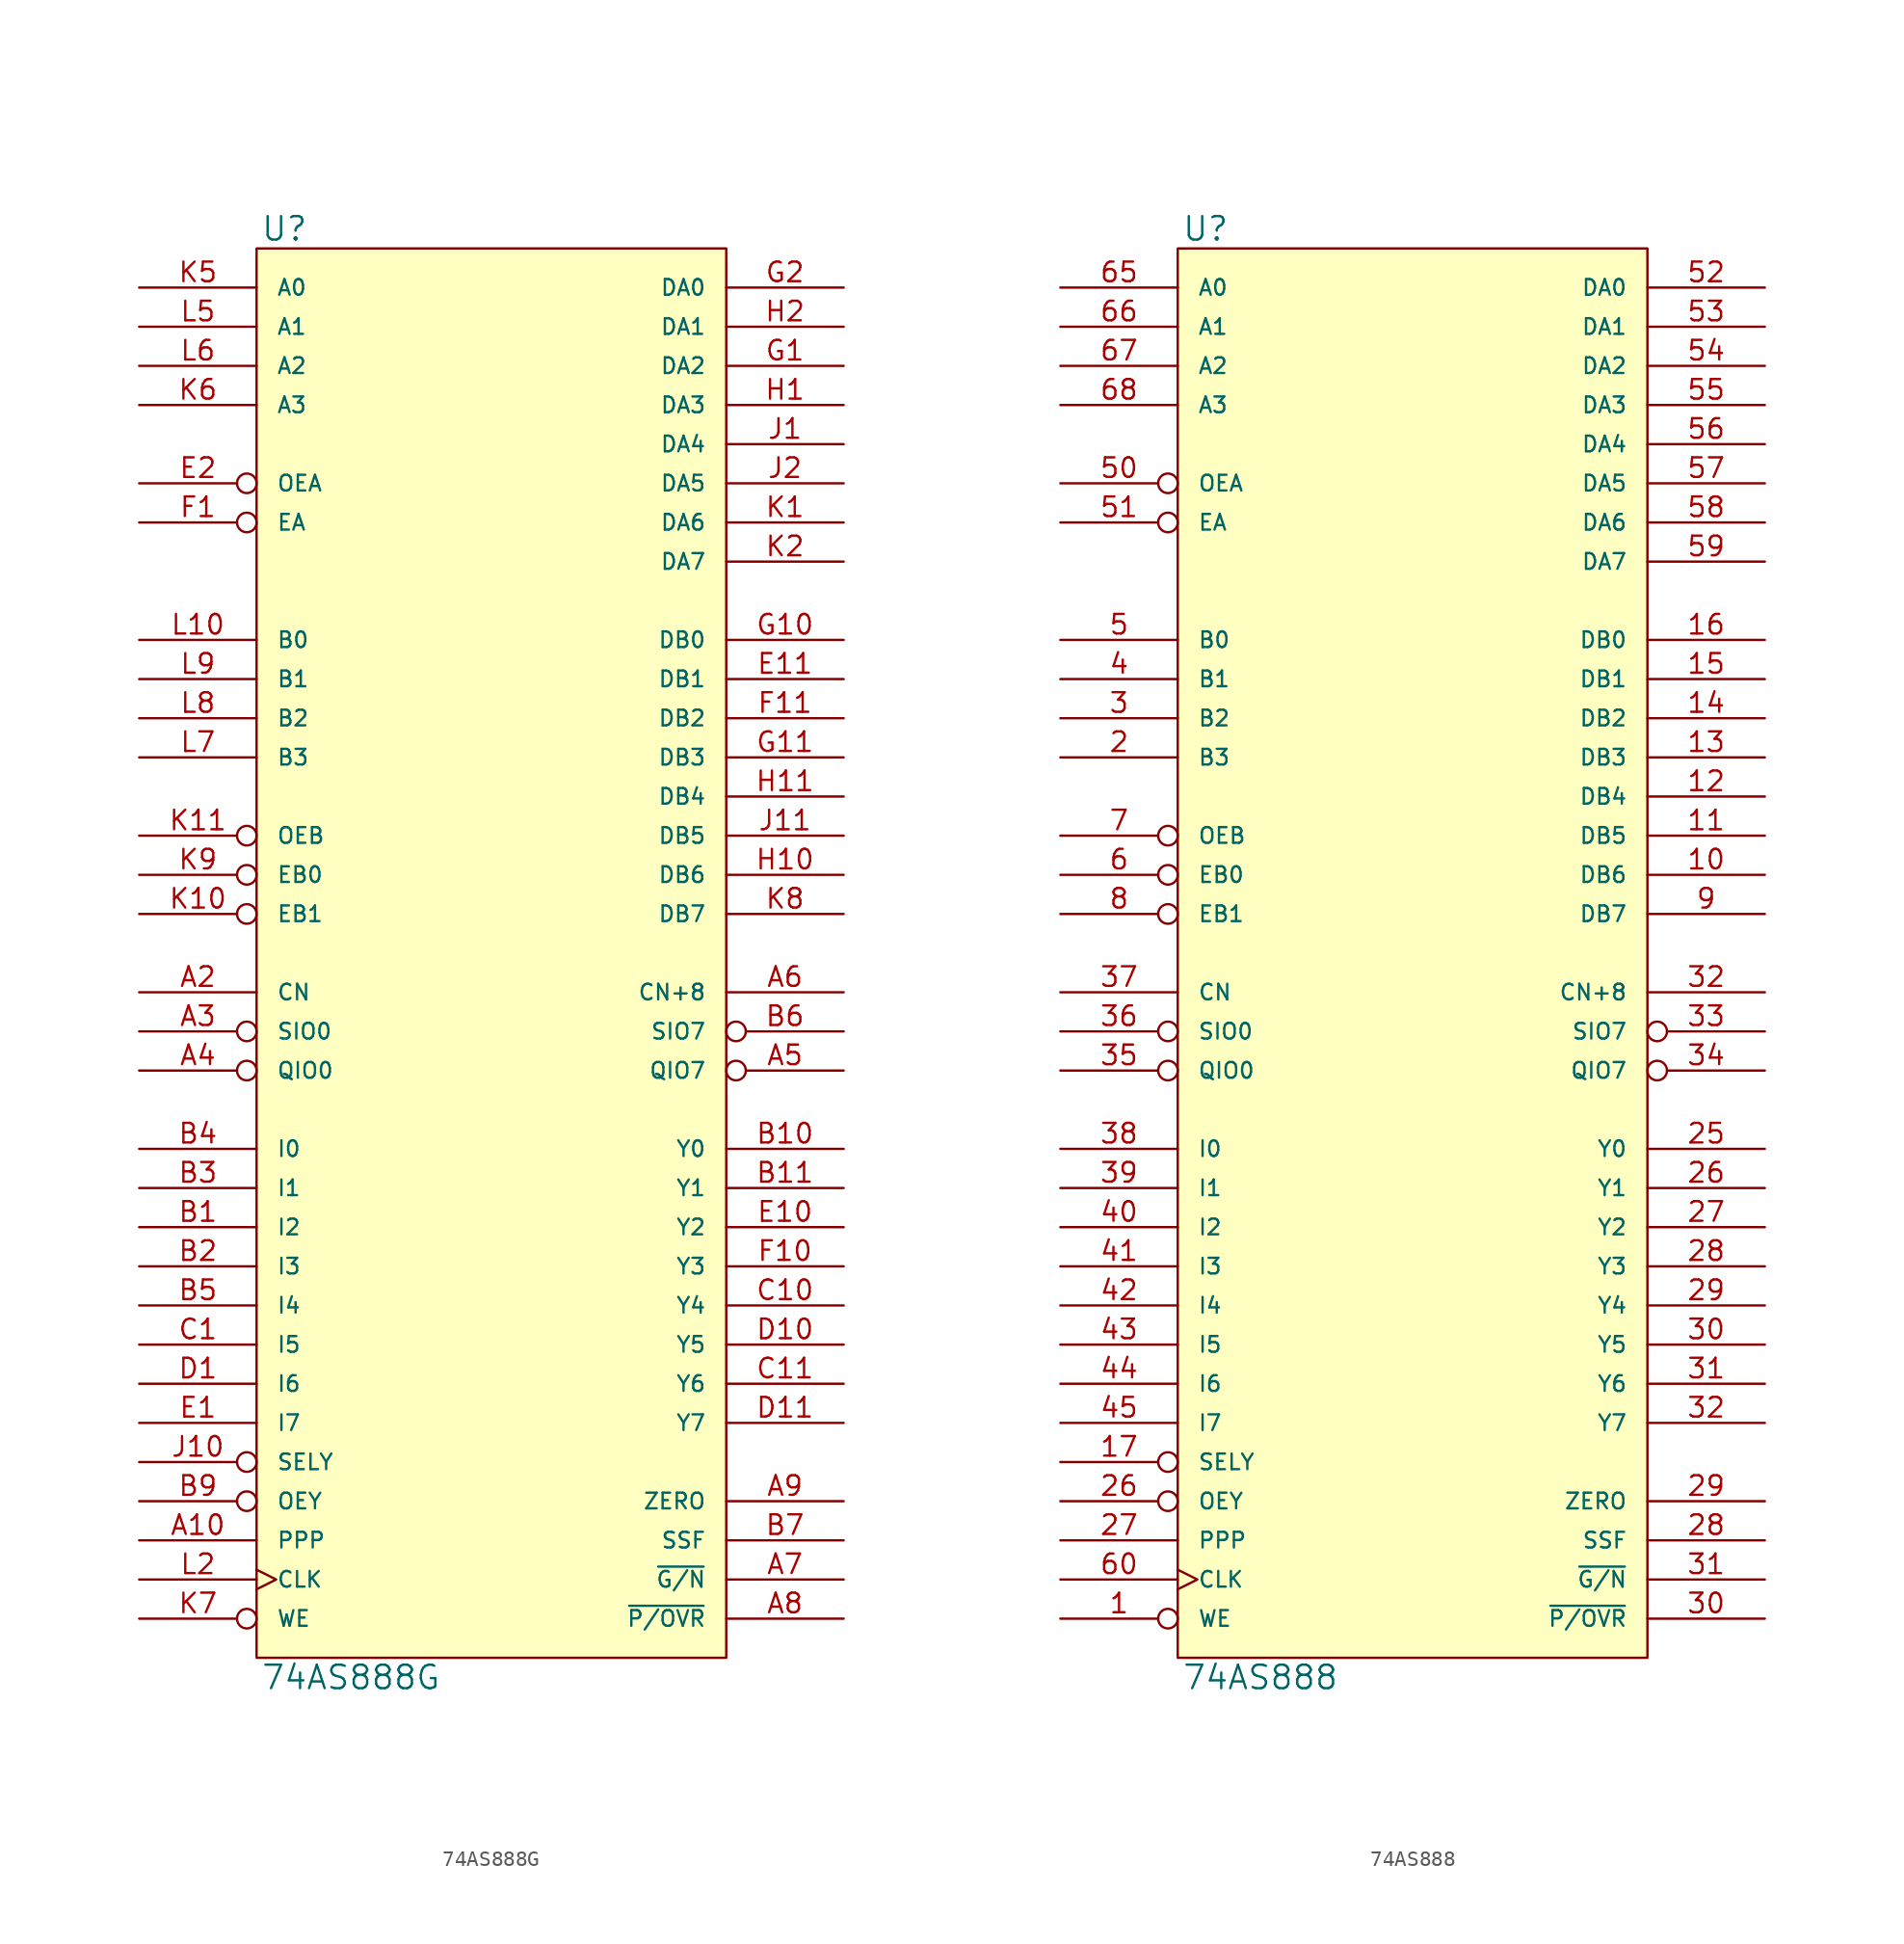
<source format=kicad_sym>
(kicad_symbol_lib
  (version 20231120)
  (generator "kicad_symbol_editor")
  (generator_version "8.0")
  (symbol "74AS888G"
    (pin_names
      (offset 1.27))
    (property "Reference" "U"
      (at 0.254 0.381 0)
      (effects (font (size 1.524 1.524)) (justify left bottom)))
    (property "Value" "74AS888G"
      (at 0.254 -91.821 0)
      (effects (font (size 1.524 1.524)) (justify left top)))
    (symbol "74AS888G_0_1"
      (rectangle (start 0 0) (end 30.48 -91.44) (stroke (width 0) (type solid)) (fill (type background))))
    (symbol "74AS888G_1_1"
      (pin input line (at -7.62 -83.82 0) (length 7.62) (name "PPP" (effects (font (size 1.016 1.016)))) (number "A10" (effects (font (size 1.27 1.27)))))
      (pin input line (at -7.62 -48.26 0) (length 7.62) (name "CN" (effects (font (size 1.016 1.016)))) (number "A2" (effects (font (size 1.27 1.27)))))
      (pin bidirectional inverted (at -7.62 -50.8 0) (length 7.62) (name "SIO0" (effects (font (size 1.016 1.016)))) (number "A3" (effects (font (size 1.27 1.27)))))
      (pin bidirectional inverted (at -7.62 -53.34 0) (length 7.62) (name "QIO0" (effects (font (size 1.016 1.016)))) (number "A4" (effects (font (size 1.27 1.27)))))
      (pin bidirectional inverted (at 38.1 -53.34 180) (length 7.62) (name "QIO7" (effects (font (size 1.016 1.016)))) (number "A5" (effects (font (size 1.27 1.27)))))
      (pin output line (at 38.1 -48.26 180) (length 7.62) (name "CN+8" (effects (font (size 1.016 1.016)))) (number "A6" (effects (font (size 1.27 1.27)))))
      (pin output line (at 38.1 -86.36 180) (length 7.62) (name "~{G/N}" (effects (font (size 1.016 1.016)))) (number "A7" (effects (font (size 1.27 1.27)))))
      (pin output line (at 38.1 -88.9 180) (length 7.62) (name "~{P/OVR}" (effects (font (size 1.016 1.016)))) (number "A8" (effects (font (size 1.27 1.27)))))
      (pin bidirectional line (at 38.1 -81.28 180) (length 7.62) (name "ZERO" (effects (font (size 1.016 1.016)))) (number "A9" (effects (font (size 1.27 1.27)))))
      (pin input line (at -7.62 -63.5 0) (length 7.62) (name "I2" (effects (font (size 1.016 1.016)))) (number "B1" (effects (font (size 1.27 1.27)))))
      (pin bidirectional line (at 38.1 -58.42 180) (length 7.62) (name "Y0" (effects (font (size 1.016 1.016)))) (number "B10" (effects (font (size 1.27 1.27)))))
      (pin bidirectional line (at 38.1 -60.96 180) (length 7.62) (name "Y1" (effects (font (size 1.016 1.016)))) (number "B11" (effects (font (size 1.27 1.27)))))
      (pin input line (at -7.62 -66.04 0) (length 7.62) (name "I3" (effects (font (size 1.016 1.016)))) (number "B2" (effects (font (size 1.27 1.27)))))
      (pin input line (at -7.62 -60.96 0) (length 7.62) (name "I1" (effects (font (size 1.016 1.016)))) (number "B3" (effects (font (size 1.27 1.27)))))
      (pin input line (at -7.62 -58.42 0) (length 7.62) (name "I0" (effects (font (size 1.016 1.016)))) (number "B4" (effects (font (size 1.27 1.27)))))
      (pin input line (at -7.62 -68.58 0) (length 7.62) (name "I4" (effects (font (size 1.016 1.016)))) (number "B5" (effects (font (size 1.27 1.27)))))
      (pin bidirectional inverted (at 38.1 -50.8 180) (length 7.62) (name "SIO7" (effects (font (size 1.016 1.016)))) (number "B6" (effects (font (size 1.27 1.27)))))
      (pin bidirectional line (at 38.1 -83.82 180) (length 7.62) (name "SSF" (effects (font (size 1.016 1.016)))) (number "B7" (effects (font (size 1.27 1.27)))))
      (pin input inverted (at -7.62 -81.28 0) (length 7.62) (name "OEY" (effects (font (size 1.016 1.016)))) (number "B9" (effects (font (size 1.27 1.27)))))
      (pin input line (at -7.62 -71.12 0) (length 7.62) (name "I5" (effects (font (size 1.016 1.016)))) (number "C1" (effects (font (size 1.27 1.27)))))
      (pin bidirectional line (at 38.1 -68.58 180) (length 7.62) (name "Y4" (effects (font (size 1.016 1.016)))) (number "C10" (effects (font (size 1.27 1.27)))))
      (pin bidirectional line (at 38.1 -73.66 180) (length 7.62) (name "Y6" (effects (font (size 1.016 1.016)))) (number "C11" (effects (font (size 1.27 1.27)))))
      (pin power_in line (at 2.54 0 270) (length 0) hide (name "VCC" (effects (font (size 1.016 1.016)))) (number "C2" (effects (font (size 1.27 1.27)))))
      (pin input line (at -7.62 -73.66 0) (length 7.62) (name "I6" (effects (font (size 1.016 1.016)))) (number "D1" (effects (font (size 1.27 1.27)))))
      (pin bidirectional line (at 38.1 -71.12 180) (length 7.62) (name "Y5" (effects (font (size 1.016 1.016)))) (number "D10" (effects (font (size 1.27 1.27)))))
      (pin bidirectional line (at 38.1 -76.2 180) (length 7.62) (name "Y7" (effects (font (size 1.016 1.016)))) (number "D11" (effects (font (size 1.27 1.27)))))
      (pin power_in line (at 0 0 270) (length 0) hide (name "VCC" (effects (font (size 1.016 1.016)))) (number "D2" (effects (font (size 1.27 1.27)))))
      (pin input line (at -7.62 -76.2 0) (length 7.62) (name "I7" (effects (font (size 1.016 1.016)))) (number "E1" (effects (font (size 1.27 1.27)))))
      (pin bidirectional line (at 38.1 -63.5 180) (length 7.62) (name "Y2" (effects (font (size 1.016 1.016)))) (number "E10" (effects (font (size 1.27 1.27)))))
      (pin bidirectional line (at 38.1 -27.94 180) (length 7.62) (name "DB1" (effects (font (size 1.016 1.016)))) (number "E11" (effects (font (size 1.27 1.27)))))
      (pin input inverted (at -7.62 -15.24 0) (length 7.62) (name "OEA" (effects (font (size 1.016 1.016)))) (number "E2" (effects (font (size 1.27 1.27)))))
      (pin input inverted (at -7.62 -17.78 0) (length 7.62) (name "EA" (effects (font (size 1.016 1.016)))) (number "F1" (effects (font (size 1.27 1.27)))))
      (pin bidirectional line (at 38.1 -66.04 180) (length 7.62) (name "Y3" (effects (font (size 1.016 1.016)))) (number "F10" (effects (font (size 1.27 1.27)))))
      (pin bidirectional line (at 38.1 -30.48 180) (length 7.62) (name "DB2" (effects (font (size 1.016 1.016)))) (number "F11" (effects (font (size 1.27 1.27)))))
      (pin power_in line (at 0 -91.44 90) (length 0) hide (name "GND" (effects (font (size 1.016 1.016)))) (number "F2" (effects (font (size 1.27 1.27)))))
      (pin bidirectional line (at 38.1 -7.62 180) (length 7.62) (name "DA2" (effects (font (size 1.016 1.016)))) (number "G1" (effects (font (size 1.27 1.27)))))
      (pin bidirectional line (at 38.1 -25.4 180) (length 7.62) (name "DB0" (effects (font (size 1.016 1.016)))) (number "G10" (effects (font (size 1.27 1.27)))))
      (pin bidirectional line (at 38.1 -33.02 180) (length 7.62) (name "DB3" (effects (font (size 1.016 1.016)))) (number "G11" (effects (font (size 1.27 1.27)))))
      (pin bidirectional line (at 38.1 -2.54 180) (length 7.62) (name "DA0" (effects (font (size 1.016 1.016)))) (number "G2" (effects (font (size 1.27 1.27)))))
      (pin bidirectional line (at 38.1 -10.16 180) (length 7.62) (name "DA3" (effects (font (size 1.016 1.016)))) (number "H1" (effects (font (size 1.27 1.27)))))
      (pin bidirectional line (at 38.1 -40.64 180) (length 7.62) (name "DB6" (effects (font (size 1.016 1.016)))) (number "H10" (effects (font (size 1.27 1.27)))))
      (pin bidirectional line (at 38.1 -35.56 180) (length 7.62) (name "DB4" (effects (font (size 1.016 1.016)))) (number "H11" (effects (font (size 1.27 1.27)))))
      (pin bidirectional line (at 38.1 -5.08 180) (length 7.62) (name "DA1" (effects (font (size 1.016 1.016)))) (number "H2" (effects (font (size 1.27 1.27)))))
      (pin bidirectional line (at 38.1 -12.7 180) (length 7.62) (name "DA4" (effects (font (size 1.016 1.016)))) (number "J1" (effects (font (size 1.27 1.27)))))
      (pin input inverted (at -7.62 -78.74 0) (length 7.62) (name "SELY" (effects (font (size 1.016 1.016)))) (number "J10" (effects (font (size 1.27 1.27)))))
      (pin bidirectional line (at 38.1 -38.1 180) (length 7.62) (name "DB5" (effects (font (size 1.016 1.016)))) (number "J11" (effects (font (size 1.27 1.27)))))
      (pin bidirectional line (at 38.1 -15.24 180) (length 7.62) (name "DA5" (effects (font (size 1.016 1.016)))) (number "J2" (effects (font (size 1.27 1.27)))))
      (pin bidirectional line (at 38.1 -17.78 180) (length 7.62) (name "DA6" (effects (font (size 1.016 1.016)))) (number "K1" (effects (font (size 1.27 1.27)))))
      (pin input inverted (at -7.62 -43.18 0) (length 7.62) (name "EB1" (effects (font (size 1.016 1.016)))) (number "K10" (effects (font (size 1.27 1.27)))))
      (pin input inverted (at -7.62 -38.1 0) (length 7.62) (name "OEB" (effects (font (size 1.016 1.016)))) (number "K11" (effects (font (size 1.27 1.27)))))
      (pin bidirectional line (at 38.1 -20.32 180) (length 7.62) (name "DA7" (effects (font (size 1.016 1.016)))) (number "K2" (effects (font (size 1.27 1.27)))))
      (pin input line (at -7.62 -2.54 0) (length 7.62) (name "A0" (effects (font (size 1.016 1.016)))) (number "K5" (effects (font (size 1.27 1.27)))))
      (pin input line (at -7.62 -10.16 0) (length 7.62) (name "A3" (effects (font (size 1.016 1.016)))) (number "K6" (effects (font (size 1.27 1.27)))))
      (pin input inverted (at -7.62 -88.9 0) (length 7.62) (name "WE" (effects (font (size 1.016 1.016)))) (number "K7" (effects (font (size 1.27 1.27)))))
      (pin bidirectional line (at 38.1 -43.18 180) (length 7.62) (name "DB7" (effects (font (size 1.016 1.016)))) (number "K8" (effects (font (size 1.27 1.27)))))
      (pin input inverted (at -7.62 -40.64 0) (length 7.62) (name "EB0" (effects (font (size 1.016 1.016)))) (number "K9" (effects (font (size 1.27 1.27)))))
      (pin input line (at -7.62 -25.4 0) (length 7.62) (name "B0" (effects (font (size 1.016 1.016)))) (number "L10" (effects (font (size 1.27 1.27)))))
      (pin input clock (at -7.62 -86.36 0) (length 7.62) (name "CLK" (effects (font (size 1.016 1.016)))) (number "L2" (effects (font (size 1.27 1.27)))))
      (pin input line (at -7.62 -5.08 0) (length 7.62) (name "A1" (effects (font (size 1.016 1.016)))) (number "L5" (effects (font (size 1.27 1.27)))))
      (pin input line (at -7.62 -7.62 0) (length 7.62) (name "A2" (effects (font (size 1.016 1.016)))) (number "L6" (effects (font (size 1.27 1.27)))))
      (pin input line (at -7.62 -33.02 0) (length 7.62) (name "B3" (effects (font (size 1.016 1.016)))) (number "L7" (effects (font (size 1.27 1.27)))))
      (pin input line (at -7.62 -30.48 0) (length 7.62) (name "B2" (effects (font (size 1.016 1.016)))) (number "L8" (effects (font (size 1.27 1.27)))))
      (pin input line (at -7.62 -27.94 0) (length 7.62) (name "B1" (effects (font (size 1.016 1.016)))) (number "L9" (effects (font (size 1.27 1.27)))))))
  (symbol "74AS888"
    (pin_names
      (offset 1.27))
    (property "Reference" "U"
      (at 0.254 0.381 0)
      (effects (font (size 1.524 1.524)) (justify left bottom)))
    (property "Value" "74AS888"
      (at 0.254 -91.821 0)
      (effects (font (size 1.524 1.524)) (justify left top)))
    (symbol "74AS888_0_1"
      (rectangle (start 0 0) (end 30.48 -91.44) (stroke (width 0) (type solid)) (fill (type background))))
    (symbol "74AS888_1_1"
      (pin input inverted (at -7.62 -88.9 0) (length 7.62) (name "WE" (effects (font (size 1.016 1.016)))) (number "1" (effects (font (size 1.27 1.27)))))
      (pin bidirectional line (at 38.1 -40.64 180) (length 7.62) (name "DB6" (effects (font (size 1.016 1.016)))) (number "10" (effects (font (size 1.27 1.27)))))
      (pin bidirectional line (at 38.1 -38.1 180) (length 7.62) (name "DB5" (effects (font (size 1.016 1.016)))) (number "11" (effects (font (size 1.27 1.27)))))
      (pin bidirectional line (at 38.1 -35.56 180) (length 7.62) (name "DB4" (effects (font (size 1.016 1.016)))) (number "12" (effects (font (size 1.27 1.27)))))
      (pin bidirectional line (at 38.1 -33.02 180) (length 7.62) (name "DB3" (effects (font (size 1.016 1.016)))) (number "13" (effects (font (size 1.27 1.27)))))
      (pin bidirectional line (at 38.1 -30.48 180) (length 7.62) (name "DB2" (effects (font (size 1.016 1.016)))) (number "14" (effects (font (size 1.27 1.27)))))
      (pin bidirectional line (at 38.1 -27.94 180) (length 7.62) (name "DB1" (effects (font (size 1.016 1.016)))) (number "15" (effects (font (size 1.27 1.27)))))
      (pin bidirectional line (at 38.1 -25.4 180) (length 7.62) (name "DB0" (effects (font (size 1.016 1.016)))) (number "16" (effects (font (size 1.27 1.27)))))
      (pin input inverted (at -7.62 -78.74 0) (length 7.62) (name "SELY" (effects (font (size 1.016 1.016)))) (number "17" (effects (font (size 1.27 1.27)))))
      (pin input line (at -7.62 -33.02 0) (length 7.62) (name "B3" (effects (font (size 1.016 1.016)))) (number "2" (effects (font (size 1.27 1.27)))))
      (pin bidirectional line (at 38.1 -58.42 180) (length 7.62) (name "Y0" (effects (font (size 1.016 1.016)))) (number "25" (effects (font (size 1.27 1.27)))))
      (pin input inverted (at -7.62 -81.28 0) (length 7.62) (name "OEY" (effects (font (size 1.016 1.016)))) (number "26" (effects (font (size 1.27 1.27)))))
      (pin bidirectional line (at 38.1 -60.96 180) (length 7.62) (name "Y1" (effects (font (size 1.016 1.016)))) (number "26" (effects (font (size 1.27 1.27)))))
      (pin input line (at -7.62 -83.82 0) (length 7.62) (name "PPP" (effects (font (size 1.016 1.016)))) (number "27" (effects (font (size 1.27 1.27)))))
      (pin bidirectional line (at 38.1 -63.5 180) (length 7.62) (name "Y2" (effects (font (size 1.016 1.016)))) (number "27" (effects (font (size 1.27 1.27)))))
      (pin bidirectional line (at 38.1 -83.82 180) (length 7.62) (name "SSF" (effects (font (size 1.016 1.016)))) (number "28" (effects (font (size 1.27 1.27)))))
      (pin bidirectional line (at 38.1 -66.04 180) (length 7.62) (name "Y3" (effects (font (size 1.016 1.016)))) (number "28" (effects (font (size 1.27 1.27)))))
      (pin bidirectional line (at 38.1 -68.58 180) (length 7.62) (name "Y4" (effects (font (size 1.016 1.016)))) (number "29" (effects (font (size 1.27 1.27)))))
      (pin bidirectional line (at 38.1 -81.28 180) (length 7.62) (name "ZERO" (effects (font (size 1.016 1.016)))) (number "29" (effects (font (size 1.27 1.27)))))
      (pin input line (at -7.62 -30.48 0) (length 7.62) (name "B2" (effects (font (size 1.016 1.016)))) (number "3" (effects (font (size 1.27 1.27)))))
      (pin bidirectional line (at 38.1 -71.12 180) (length 7.62) (name "Y5" (effects (font (size 1.016 1.016)))) (number "30" (effects (font (size 1.27 1.27)))))
      (pin output line (at 38.1 -88.9 180) (length 7.62) (name "~{P/OVR}" (effects (font (size 1.016 1.016)))) (number "30" (effects (font (size 1.27 1.27)))))
      (pin bidirectional line (at 38.1 -73.66 180) (length 7.62) (name "Y6" (effects (font (size 1.016 1.016)))) (number "31" (effects (font (size 1.27 1.27)))))
      (pin output line (at 38.1 -86.36 180) (length 7.62) (name "~{G/N}" (effects (font (size 1.016 1.016)))) (number "31" (effects (font (size 1.27 1.27)))))
      (pin output line (at 38.1 -48.26 180) (length 7.62) (name "CN+8" (effects (font (size 1.016 1.016)))) (number "32" (effects (font (size 1.27 1.27)))))
      (pin bidirectional line (at 38.1 -76.2 180) (length 7.62) (name "Y7" (effects (font (size 1.016 1.016)))) (number "32" (effects (font (size 1.27 1.27)))))
      (pin bidirectional inverted (at 38.1 -50.8 180) (length 7.62) (name "SIO7" (effects (font (size 1.016 1.016)))) (number "33" (effects (font (size 1.27 1.27)))))
      (pin bidirectional inverted (at 38.1 -53.34 180) (length 7.62) (name "QIO7" (effects (font (size 1.016 1.016)))) (number "34" (effects (font (size 1.27 1.27)))))
      (pin bidirectional inverted (at -7.62 -53.34 0) (length 7.62) (name "QIO0" (effects (font (size 1.016 1.016)))) (number "35" (effects (font (size 1.27 1.27)))))
      (pin bidirectional inverted (at -7.62 -50.8 0) (length 7.62) (name "SIO0" (effects (font (size 1.016 1.016)))) (number "36" (effects (font (size 1.27 1.27)))))
      (pin input line (at -7.62 -48.26 0) (length 7.62) (name "CN" (effects (font (size 1.016 1.016)))) (number "37" (effects (font (size 1.27 1.27)))))
      (pin input line (at -7.62 -58.42 0) (length 7.62) (name "I0" (effects (font (size 1.016 1.016)))) (number "38" (effects (font (size 1.27 1.27)))))
      (pin input line (at -7.62 -60.96 0) (length 7.62) (name "I1" (effects (font (size 1.016 1.016)))) (number "39" (effects (font (size 1.27 1.27)))))
      (pin input line (at -7.62 -27.94 0) (length 7.62) (name "B1" (effects (font (size 1.016 1.016)))) (number "4" (effects (font (size 1.27 1.27)))))
      (pin input line (at -7.62 -63.5 0) (length 7.62) (name "I2" (effects (font (size 1.016 1.016)))) (number "40" (effects (font (size 1.27 1.27)))))
      (pin input line (at -7.62 -66.04 0) (length 7.62) (name "I3" (effects (font (size 1.016 1.016)))) (number "41" (effects (font (size 1.27 1.27)))))
      (pin input line (at -7.62 -68.58 0) (length 7.62) (name "I4" (effects (font (size 1.016 1.016)))) (number "42" (effects (font (size 1.27 1.27)))))
      (pin power_in line (at 2.54 -91.44 90) (length 0) hide (name "GND" (effects (font (size 1.016 1.016)))) (number "43" (effects (font (size 1.27 1.27)))))
      (pin input line (at -7.62 -71.12 0) (length 7.62) (name "I5" (effects (font (size 1.016 1.016)))) (number "43" (effects (font (size 1.27 1.27)))))
      (pin input line (at -7.62 -73.66 0) (length 7.62) (name "I6" (effects (font (size 1.016 1.016)))) (number "44" (effects (font (size 1.27 1.27)))))
      (pin input line (at -7.62 -76.2 0) (length 7.62) (name "I7" (effects (font (size 1.016 1.016)))) (number "45" (effects (font (size 1.27 1.27)))))
      (pin power_in line (at 0 -91.44 90) (length 0) hide (name "GND" (effects (font (size 1.016 1.016)))) (number "47" (effects (font (size 1.27 1.27)))))
      (pin power_in line (at 2.54 0 270) (length 0) hide (name "VCC" (effects (font (size 1.016 1.016)))) (number "48" (effects (font (size 1.27 1.27)))))
      (pin power_in line (at 0 0 270) (length 0) hide (name "VCC" (effects (font (size 1.016 1.016)))) (number "49" (effects (font (size 1.27 1.27)))))
      (pin input line (at -7.62 -25.4 0) (length 7.62) (name "B0" (effects (font (size 1.016 1.016)))) (number "5" (effects (font (size 1.27 1.27)))))
      (pin input inverted (at -7.62 -15.24 0) (length 7.62) (name "OEA" (effects (font (size 1.016 1.016)))) (number "50" (effects (font (size 1.27 1.27)))))
      (pin input inverted (at -7.62 -17.78 0) (length 7.62) (name "EA" (effects (font (size 1.016 1.016)))) (number "51" (effects (font (size 1.27 1.27)))))
      (pin bidirectional line (at 38.1 -2.54 180) (length 7.62) (name "DA0" (effects (font (size 1.016 1.016)))) (number "52" (effects (font (size 1.27 1.27)))))
      (pin bidirectional line (at 38.1 -5.08 180) (length 7.62) (name "DA1" (effects (font (size 1.016 1.016)))) (number "53" (effects (font (size 1.27 1.27)))))
      (pin bidirectional line (at 38.1 -7.62 180) (length 7.62) (name "DA2" (effects (font (size 1.016 1.016)))) (number "54" (effects (font (size 1.27 1.27)))))
      (pin bidirectional line (at 38.1 -10.16 180) (length 7.62) (name "DA3" (effects (font (size 1.016 1.016)))) (number "55" (effects (font (size 1.27 1.27)))))
      (pin bidirectional line (at 38.1 -12.7 180) (length 7.62) (name "DA4" (effects (font (size 1.016 1.016)))) (number "56" (effects (font (size 1.27 1.27)))))
      (pin bidirectional line (at 38.1 -15.24 180) (length 7.62) (name "DA5" (effects (font (size 1.016 1.016)))) (number "57" (effects (font (size 1.27 1.27)))))
      (pin bidirectional line (at 38.1 -17.78 180) (length 7.62) (name "DA6" (effects (font (size 1.016 1.016)))) (number "58" (effects (font (size 1.27 1.27)))))
      (pin bidirectional line (at 38.1 -20.32 180) (length 7.62) (name "DA7" (effects (font (size 1.016 1.016)))) (number "59" (effects (font (size 1.27 1.27)))))
      (pin input inverted (at -7.62 -40.64 0) (length 7.62) (name "EB0" (effects (font (size 1.016 1.016)))) (number "6" (effects (font (size 1.27 1.27)))))
      (pin input clock (at -7.62 -86.36 0) (length 7.62) (name "CLK" (effects (font (size 1.016 1.016)))) (number "60" (effects (font (size 1.27 1.27)))))
      (pin input line (at -7.62 -2.54 0) (length 7.62) (name "A0" (effects (font (size 1.016 1.016)))) (number "65" (effects (font (size 1.27 1.27)))))
      (pin input line (at -7.62 -5.08 0) (length 7.62) (name "A1" (effects (font (size 1.016 1.016)))) (number "66" (effects (font (size 1.27 1.27)))))
      (pin input line (at -7.62 -7.62 0) (length 7.62) (name "A2" (effects (font (size 1.016 1.016)))) (number "67" (effects (font (size 1.27 1.27)))))
      (pin input line (at -7.62 -10.16 0) (length 7.62) (name "A3" (effects (font (size 1.016 1.016)))) (number "68" (effects (font (size 1.27 1.27)))))
      (pin input inverted (at -7.62 -38.1 0) (length 7.62) (name "OEB" (effects (font (size 1.016 1.016)))) (number "7" (effects (font (size 1.27 1.27)))))
      (pin input inverted (at -7.62 -43.18 0) (length 7.62) (name "EB1" (effects (font (size 1.016 1.016)))) (number "8" (effects (font (size 1.27 1.27)))))
      (pin bidirectional line (at 38.1 -43.18 180) (length 7.62) (name "DB7" (effects (font (size 1.016 1.016)))) (number "9" (effects (font (size 1.27 1.27))))))))
</source>
